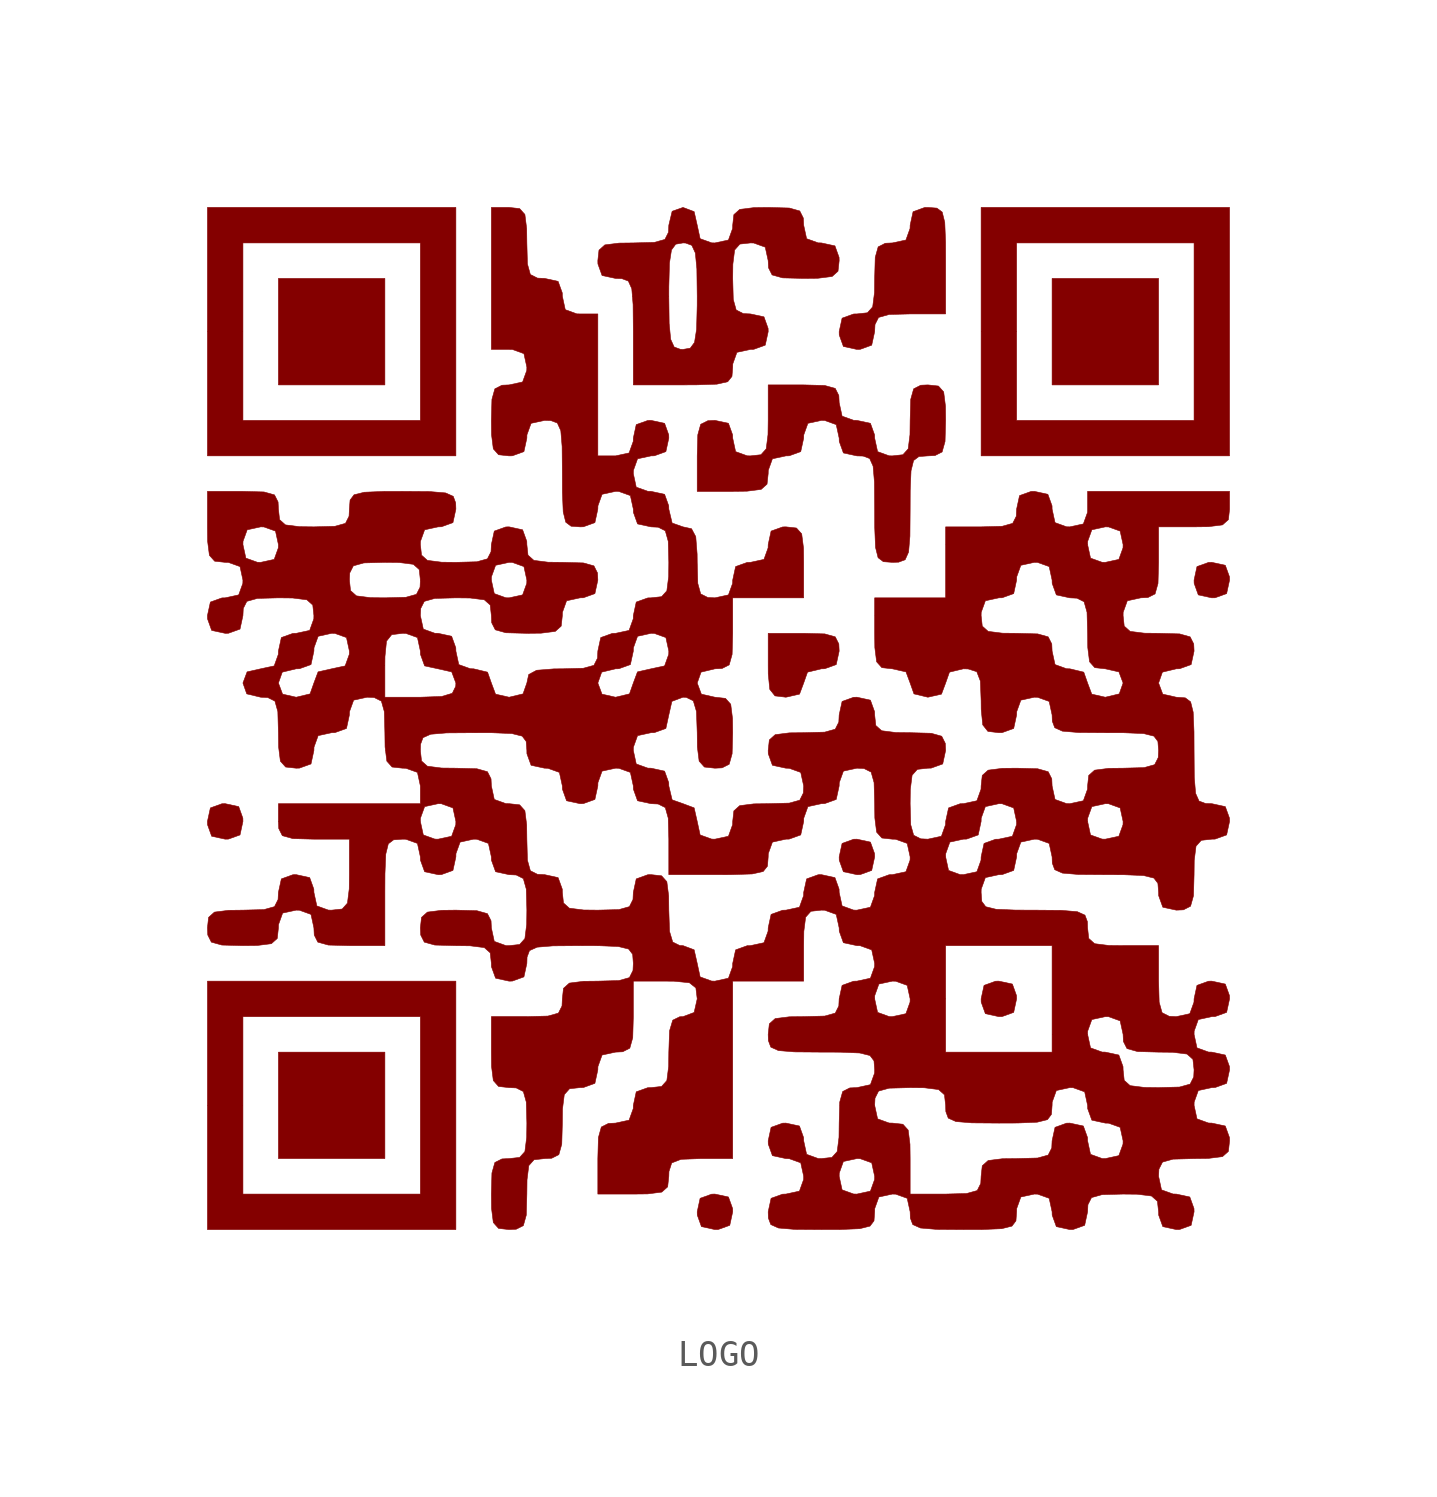
<source format=kicad_sym>
(kicad_symbol_lib
  (version 20220914)
  (generator "bitmap2component")
  (generator_version "9.0")
  (symbol "LOGO"
    (pin_names
      (offset 1.016))
    (property "Reference" "#G"
      (at 0 21.522 0)
      (effects (font (size 1.27 1.27)) hide))
    (symbol "LOGO_0_0"
      (polyline (pts (xy -9.457 -15.537) (xy -9.457 -10.809) (xy -14.186 -10.809) (xy -18.915 -10.809) (xy -18.915 -15.537) (xy -17.564 -15.537) (xy -17.564 -12.16) (xy -14.186 -12.16) (xy -10.809 -12.16) (xy -10.809 -15.537) (xy -10.809 -18.915) (xy -14.186 -18.915) (xy -17.564 -18.915) (xy -17.564 -15.537) (xy -18.915 -15.537) (xy -18.915 -20.266) (xy -14.186 -20.266) (xy -9.457 -20.266) (xy -9.457 -15.537)) (stroke (width 0.01) (type default)) (fill (type outline)))
      (polyline (pts (xy 18.094 -20.263) (xy 18.533 -20.105) (xy 18.645 -19.59) (xy 18.642 -19.466) (xy 18.483 -19.026) (xy 17.969 -18.915) (xy 17.845 -18.912) (xy 17.405 -18.754) (xy 17.294 -18.239) (xy 17.306 -17.968) (xy 17.443 -17.698) (xy 17.843 -17.586) (xy 18.645 -17.564) (xy 19.187 -17.557) (xy 19.728 -17.489) (xy 19.952 -17.289) (xy 19.996 -16.888) (xy 19.993 -16.764) (xy 19.834 -16.324) (xy 19.32 -16.213) (xy 19.196 -16.21) (xy 18.756 -16.051) (xy 18.645 -15.537) (xy 18.648 -15.413) (xy 18.806 -14.973) (xy 19.32 -14.862) (xy 19.445 -14.859) (xy 19.884 -14.7) (xy 19.996 -14.186) (xy 19.993 -14.062) (xy 19.834 -13.622) (xy 19.32 -13.511) (xy 19.196 -13.508) (xy 18.756 -13.349) (xy 18.645 -12.835) (xy 18.648 -12.711) (xy 18.806 -12.271) (xy 19.32 -12.16) (xy 19.445 -12.157) (xy 19.884 -11.998) (xy 19.996 -11.484) (xy 19.993 -11.36) (xy 19.834 -10.92) (xy 19.32 -10.809) (xy 19.196 -10.811) (xy 18.756 -10.97) (xy 18.645 -11.484) (xy 18.642 -11.608) (xy 18.483 -12.048) (xy 17.969 -12.16) (xy 17.698 -12.147) (xy 17.427 -12.01) (xy 17.316 -11.61) (xy 17.294 -10.809) (xy 17.294 -9.457) (xy 15.943 -9.457) (xy 15.4 -9.451) (xy 14.859 -9.383) (xy 14.635 -9.183) (xy 14.591 -8.782) (xy 14.584 -8.545) (xy 14.491 -8.296) (xy 14.2 -8.165) (xy 13.596 -8.115) (xy 12.565 -8.106) (xy 11.853 -8.104) (xy 11.107 -8.073) (xy 10.715 -7.976) (xy 10.563 -7.774) (xy 10.538 -7.431) (xy 10.541 -7.306) (xy 10.7 -6.867) (xy 11.214 -6.755) (xy 11.338 -6.753) (xy 11.778 -6.594) (xy 11.889 -6.08) (xy 11.892 -5.955) (xy 12.051 -5.516) (xy 12.565 -5.404) (xy 12.689 -5.407) (xy 13.129 -5.566) (xy 13.24 -6.08) (xy 13.248 -6.317) (xy 13.341 -6.566) (xy 13.632 -6.696) (xy 14.236 -6.747) (xy 15.267 -6.755) (xy 15.979 -6.758) (xy 16.725 -6.789) (xy 17.117 -6.886) (xy 17.268 -7.087) (xy 17.294 -7.431) (xy 17.297 -7.555) (xy 17.455 -7.995) (xy 17.969 -8.106) (xy 18.24 -8.094) (xy 18.511 -7.957) (xy 18.623 -7.557) (xy 18.645 -6.755) (xy 18.651 -6.213) (xy 18.719 -5.672) (xy 18.919 -5.448) (xy 19.32 -5.404) (xy 19.445 -5.401) (xy 19.884 -5.243) (xy 19.996 -4.729) (xy 19.993 -4.604) (xy 19.834 -4.165) (xy 19.32 -4.053) (xy 19.083 -4.046) (xy 18.834 -3.953) (xy 18.704 -3.662) (xy 18.653 -3.057) (xy 18.645 -2.027) (xy 18.642 -1.315) (xy 18.611 -0.569) (xy 18.514 -0.177) (xy 18.313 -0.025) (xy 17.969 0) (xy 17.452 0.117) (xy 17.294 0.54) (xy 17.439 0.954) (xy 17.969 1.081) (xy 18.094 1.084) (xy 18.533 1.242) (xy 18.645 1.756) (xy 18.632 2.027) (xy 18.495 2.298) (xy 18.095 2.41) (xy 17.294 2.432) (xy 16.751 2.438) (xy 16.21 2.506) (xy 15.986 2.707) (xy 15.943 3.107) (xy 15.945 3.232) (xy 16.104 3.671) (xy 16.618 3.783) (xy 16.889 3.796) (xy 17.16 3.932) (xy 17.272 4.332) (xy 17.294 5.134) (xy 17.294 6.485) (xy 18.645 6.485) (xy 19.187 6.492) (xy 19.728 6.56) (xy 19.952 6.76) (xy 19.996 7.161) (xy 19.996 7.836) (xy 17.294 7.836) (xy 14.591 7.836) (xy 14.591 7.161) (xy 14.589 7.036) (xy 14.43 6.597) (xy 13.916 6.485) (xy 13.791 6.488) (xy 13.352 6.646) (xy 13.24 7.161) (xy 13.238 7.285) (xy 13.079 7.725) (xy 12.565 7.836) (xy 12.44 7.833) (xy 12.001 7.675) (xy 11.889 7.161) (xy 11.877 6.889) (xy 11.74 6.619) (xy 11.34 6.507) (xy 10.538 6.485) (xy 9.187 6.485) (xy 9.187 5.81) (xy 14.591 5.81) (xy 14.594 5.934) (xy 14.753 6.373) (xy 15.267 6.485) (xy 15.392 6.482) (xy 15.831 6.324) (xy 15.943 5.81) (xy 15.94 5.685) (xy 15.781 5.246) (xy 15.267 5.134) (xy 15.143 5.137) (xy 14.703 5.295) (xy 14.591 5.81) (xy 9.187 5.81) (xy 9.187 5.134) (xy 9.187 3.783) (xy 7.836 3.783) (xy 6.485 3.783) (xy 6.485 3.107) (xy 10.538 3.107) (xy 10.541 3.232) (xy 10.7 3.671) (xy 11.214 3.783) (xy 11.338 3.786) (xy 11.778 3.944) (xy 11.889 4.458) (xy 11.892 4.583) (xy 12.051 5.022) (xy 12.565 5.134) (xy 12.689 5.131) (xy 13.129 4.973) (xy 13.24 4.458) (xy 13.243 4.334) (xy 13.402 3.895) (xy 13.916 3.783) (xy 14.187 3.77) (xy 14.458 3.634) (xy 14.57 3.234) (xy 14.591 2.432) (xy 14.598 1.89) (xy 14.666 1.348) (xy 14.866 1.125) (xy 15.267 1.081) (xy 15.784 0.964) (xy 15.943 0.54) (xy 15.797 0.127) (xy 15.267 0) (xy 14.75 0.117) (xy 14.591 0.54) (xy 14.446 0.954) (xy 13.916 1.081) (xy 13.791 1.084) (xy 13.352 1.242) (xy 13.24 1.756) (xy 13.228 2.027) (xy 13.091 2.298) (xy 12.691 2.41) (xy 11.889 2.432) (xy 11.347 2.438) (xy 10.806 2.506) (xy 10.582 2.707) (xy 10.538 3.107) (xy 6.485 3.107) (xy 6.485 2.432) (xy 6.492 1.89) (xy 6.56 1.348) (xy 6.76 1.125) (xy 7.161 1.081) (xy 7.678 0.964) (xy 7.836 0.54) (xy 7.982 0.127) (xy 8.512 0) (xy 9.029 0.117) (xy 9.187 0.54) (xy 9.333 0.954) (xy 9.863 1.081) (xy 10.045 1.076) (xy 10.373 0.971) (xy 10.51 0.615) (xy 10.538 -0.135) (xy 10.541 -0.463) (xy 10.6 -1.053) (xy 10.797 -1.301) (xy 11.214 -1.351) (xy 11.338 -1.348) (xy 11.778 -1.19) (xy 11.889 -0.675) (xy 11.892 -0.551) (xy 12.051 -0.112) (xy 12.565 0) (xy 12.689 -0.003) (xy 13.129 -0.161) (xy 13.24 -0.675) (xy 13.248 -0.913) (xy 13.341 -1.161) (xy 13.632 -1.292) (xy 14.236 -1.343) (xy 15.267 -1.351) (xy 15.979 -1.353) (xy 16.725 -1.384) (xy 17.117 -1.482) (xy 17.268 -1.683) (xy 17.294 -2.027) (xy 17.281 -2.298) (xy 17.144 -2.568) (xy 16.744 -2.68) (xy 15.943 -2.702) (xy 15.4 -2.708) (xy 14.859 -2.777) (xy 14.635 -2.977) (xy 14.591 -3.378) (xy 14.589 -3.502) (xy 14.43 -3.942) (xy 13.916 -4.053) (xy 13.791 -4.05) (xy 13.352 -3.892) (xy 13.24 -3.378) (xy 13.228 -3.107) (xy 13.091 -2.836) (xy 12.691 -2.724) (xy 11.889 -2.702) (xy 11.347 -2.708) (xy 10.806 -2.777) (xy 10.582 -2.977) (xy 10.538 -3.378) (xy 10.535 -3.502) (xy 10.377 -3.942) (xy 9.863 -4.053) (xy 9.738 -4.056) (xy 9.299 -4.215) (xy 9.187 -4.729) (xy 9.184 -4.853) (xy 9.026 -5.293) (xy 8.512 -5.404) (xy 8.241 -5.391) (xy 7.97 -5.255) (xy 7.858 -4.855) (xy 7.836 -4.053) (xy 7.843 -3.511) (xy 7.911 -2.97) (xy 8.111 -2.746) (xy 8.512 -2.702) (xy 8.636 -2.699) (xy 9.076 -2.541) (xy 9.187 -2.027) (xy 9.174 -1.756) (xy 9.038 -1.485) (xy 8.638 -1.373) (xy 7.836 -1.351) (xy 7.294 -1.345) (xy 6.752 -1.276) (xy 6.529 -1.077) (xy 6.485 -0.675) (xy 6.482 -0.551) (xy 6.324 -0.112) (xy 5.81 0) (xy 5.685 -0.003) (xy 5.246 -0.161) (xy 5.134 -0.675) (xy 5.121 -0.947) (xy 4.985 -1.217) (xy 4.585 -1.329) (xy 3.783 -1.351) (xy 3.241 -1.357) (xy 2.699 -1.426) (xy 2.476 -1.626) (xy 2.432 -2.027) (xy 2.435 -2.151) (xy 2.593 -2.591) (xy 3.107 -2.702) (xy 3.232 -2.705) (xy 3.671 -2.863) (xy 3.783 -3.378) (xy 3.77 -3.649) (xy 3.634 -3.92) (xy 3.234 -4.031) (xy 2.432 -4.053) (xy 1.89 -4.06) (xy 1.348 -4.128) (xy 1.125 -4.328) (xy 1.081 -4.729) (xy 1.078 -4.853) (xy 0.919 -5.293) (xy 0.405 -5.404) (xy 0.281 -5.401) (xy -0.159 -5.243) (xy -0.27 -4.729) (xy -0.387 -4.212) (xy -0.811 -4.053) (xy -1.224 -3.907) (xy -1.351 -3.378) (xy -1.354 -3.253) (xy -1.512 -2.814) (xy -2.027 -2.702) (xy -2.151 -2.699) (xy -2.591 -2.541) (xy -2.702 -2.027) (xy -2.699 -1.902) (xy -2.541 -1.463) (xy -2.027 -1.351) (xy -1.902 -1.348) (xy -1.463 -1.19) (xy -1.351 -0.675) (xy -1.234 -0.158) (xy -0.811 0) (xy -0.686 -0.006) (xy -0.419 -0.137) (xy -0.299 -0.541) (xy -0.27 -1.351) (xy -0.264 -1.893) (xy -0.196 -2.435) (xy 0.004 -2.658) (xy 0.405 -2.702) (xy 0.676 -2.689) (xy 0.947 -2.553) (xy 1.059 -2.153) (xy 1.081 -1.351) (xy 1.074 -0.809) (xy 1.006 -0.267) (xy 0.806 -0.044) (xy 0.405 0) (xy -0.112 0.117) (xy -0.27 0.54) (xy -0.124 0.954) (xy 0.405 1.081) (xy 0.676 1.094) (xy 0.947 1.23) (xy 1.059 1.63) (xy 1.081 2.432) (xy 1.081 3.783) (xy 2.432 3.783) (xy 3.783 3.783) (xy 3.783 5.134) (xy 3.777 5.676) (xy 3.708 6.218) (xy 3.508 6.441) (xy 3.107 6.485) (xy 2.983 6.482) (xy 2.543 6.324) (xy 2.432 5.81) (xy 2.429 5.685) (xy 2.271 5.246) (xy 1.756 5.134) (xy 1.632 5.131) (xy 1.192 4.973) (xy 1.081 4.458) (xy 1.078 4.334) (xy 0.919 3.895) (xy 0.405 3.783) (xy 0.134 3.796) (xy -0.137 3.932) (xy -0.248 4.332) (xy -0.27 5.134) (xy -0.273 5.447) (xy -0.325 6.112) (xy -0.486 6.414) (xy -0.811 6.485) (xy -1.224 6.631) (xy -1.351 7.161) (xy -1.354 7.285) (xy -1.512 7.725) (xy -2.027 7.836) (xy -2.151 7.839) (xy -2.591 7.997) (xy -2.702 8.512) (xy -2.699 8.636) (xy -2.541 9.076) (xy -2.027 9.187) (xy -1.902 9.19) (xy -1.463 9.349) (xy -1.351 9.863) (xy -1.354 9.987) (xy -1.512 10.427) (xy -2.027 10.538) (xy -2.151 10.535) (xy -2.591 10.377) (xy -2.702 9.863) (xy -2.705 9.738) (xy -2.864 9.299) (xy -3.378 9.187) (xy -4.053 9.187) (xy -4.053 11.889) (xy -4.053 14.591) (xy -4.729 14.591) (xy -4.853 14.594) (xy -5.293 14.753) (xy -5.404 15.267) (xy -5.407 15.392) (xy -5.566 15.831) (xy -6.08 15.943) (xy -6.351 15.955) (xy -6.622 16.092) (xy -6.733 16.492) (xy -6.755 17.294) (xy -6.762 17.836) (xy -6.83 18.377) (xy -7.03 18.601) (xy -7.431 18.645) (xy -8.106 18.645) (xy -8.106 15.943) (xy -8.106 13.24) (xy -7.431 13.24) (xy -7.306 13.238) (xy -6.867 13.079) (xy -6.755 12.565) (xy -6.758 12.44) (xy -6.917 12.001) (xy -7.431 11.889) (xy -7.702 11.877) (xy -7.973 11.74) (xy -8.085 11.34) (xy -8.106 10.538) (xy -8.1 9.996) (xy -8.032 9.455) (xy -7.832 9.231) (xy -7.431 9.187) (xy -7.306 9.19) (xy -6.867 9.349) (xy -6.755 9.863) (xy -6.753 9.987) (xy -6.594 10.427) (xy -6.08 10.538) (xy -5.843 10.531) (xy -5.594 10.438) (xy -5.463 10.147) (xy -5.413 9.543) (xy -5.404 8.512) (xy -5.402 7.8) (xy -5.371 7.054) (xy -5.274 6.662) (xy -5.072 6.51) (xy -4.729 6.485) (xy -4.604 6.488) (xy -4.165 6.646) (xy -4.053 7.161) (xy -4.05 7.285) (xy -3.892 7.725) (xy -3.378 7.836) (xy -3.253 7.833) (xy -2.814 7.675) (xy -2.702 7.161) (xy -2.699 7.036) (xy -2.541 6.597) (xy -2.027 6.485) (xy -1.756 6.472) (xy -1.485 6.336) (xy -1.373 5.936) (xy -1.351 5.134) (xy -1.357 4.592) (xy -1.426 4.05) (xy -1.626 3.827) (xy -2.027 3.783) (xy -2.151 3.78) (xy -2.591 3.622) (xy -2.702 3.107) (xy -2.705 2.983) (xy -2.864 2.543) (xy -3.378 2.432) (xy -3.502 2.429) (xy -3.942 2.271) (xy -4.053 1.756) (xy -4.066 1.485) (xy -4.202 1.214) (xy -4.602 1.103) (xy -5.404 1.081) (xy -5.717 1.079) (xy -6.382 1.026) (xy -6.684 0.865) (xy -6.755 0.54) (xy -4.053 0.54) (xy -3.907 0.954) (xy -3.378 1.081) (xy -3.253 1.084) (xy -2.814 1.242) (xy -2.702 1.756) (xy -2.699 1.881) (xy -2.541 2.32) (xy -2.027 2.432) (xy -1.902 2.429) (xy -1.463 2.271) (xy -1.351 1.756) (xy -1.354 1.632) (xy -1.512 1.192) (xy -2.027 1.081) (xy -2.544 0.964) (xy -2.702 0.54) (xy -2.848 0.127) (xy -3.378 0) (xy -3.895 0.117) (xy -4.053 0.54) (xy -6.755 0.54) (xy -6.901 0.127) (xy -7.431 0) (xy -7.948 0.117) (xy -8.106 0.54) (xy -8.252 0.954) (xy -8.782 1.081) (xy -8.906 1.084) (xy -9.346 1.242) (xy -9.457 1.756) (xy -9.46 1.881) (xy -9.619 2.32) (xy -10.133 2.432) (xy -10.258 2.435) (xy -10.697 2.593) (xy -10.809 3.107) (xy -10.796 3.379) (xy -10.659 3.649) (xy -10.259 3.761) (xy -9.457 3.783) (xy -8.915 3.777) (xy -8.374 3.708) (xy -8.15 3.508) (xy -8.106 3.107) (xy -8.094 2.836) (xy -7.957 2.566) (xy -7.557 2.454) (xy -6.755 2.432) (xy -6.213 2.438) (xy -5.672 2.506) (xy -5.448 2.707) (xy -5.404 3.107) (xy -5.401 3.232) (xy -5.243 3.671) (xy -4.729 3.783) (xy -4.604 3.786) (xy -4.165 3.944) (xy -4.053 4.458) (xy -4.066 4.73) (xy -4.202 5) (xy -4.602 5.112) (xy -5.404 5.134) (xy -5.947 5.14) (xy -6.488 5.209) (xy -6.712 5.409) (xy -6.755 5.81) (xy -6.758 5.934) (xy -6.917 6.373) (xy -7.431 6.485) (xy -7.555 6.482) (xy -7.995 6.324) (xy -8.106 5.81) (xy -8.119 5.538) (xy -8.256 5.268) (xy -8.656 5.156) (xy -9.457 5.134) (xy -10 5.14) (xy -10.541 5.209) (xy -10.765 5.409) (xy -10.809 5.81) (xy -10.806 5.934) (xy -10.647 6.373) (xy -10.133 6.485) (xy -10.008 6.488) (xy -9.569 6.646) (xy -9.457 7.161) (xy -9.465 7.398) (xy -9.557 7.647) (xy -9.849 7.777) (xy -10.453 7.828) (xy -11.484 7.836) (xy -12.196 7.834) (xy -12.942 7.803) (xy -13.334 7.706) (xy -13.485 7.504) (xy -13.511 7.161) (xy -13.524 6.889) (xy -13.66 6.619) (xy -14.06 6.507) (xy -14.862 6.485) (xy -15.404 6.492) (xy -15.945 6.56) (xy -16.169 6.76) (xy -16.213 7.161) (xy -16.226 7.432) (xy -16.362 7.702) (xy -16.762 7.814) (xy -17.564 7.836) (xy -18.915 7.836) (xy -18.915 6.485) (xy -18.909 5.943) (xy -18.892 5.81) (xy -17.564 5.81) (xy -17.561 5.934) (xy -17.402 6.373) (xy -16.888 6.485) (xy -16.764 6.482) (xy -16.324 6.324) (xy -16.213 5.81) (xy -16.216 5.685) (xy -16.374 5.246) (xy -16.888 5.134) (xy -17.013 5.137) (xy -17.452 5.295) (xy -17.564 5.81) (xy -18.892 5.81) (xy -18.84 5.401) (xy -18.64 5.178) (xy -18.239 5.134) (xy -18.115 5.131) (xy -17.675 4.973) (xy -17.564 4.458) (xy -13.511 4.458) (xy -13.498 4.73) (xy -13.361 5) (xy -12.961 5.112) (xy -12.16 5.134) (xy -11.617 5.128) (xy -11.076 5.059) (xy -10.852 4.859) (xy -10.809 4.458) (xy -8.106 4.458) (xy -8.104 4.583) (xy -7.945 5.022) (xy -7.431 5.134) (xy -7.306 5.131) (xy -6.867 4.973) (xy -6.755 4.458) (xy -6.758 4.334) (xy -6.917 3.895) (xy -7.431 3.783) (xy -7.555 3.786) (xy -7.995 3.944) (xy -8.106 4.458) (xy -10.809 4.458) (xy -10.821 4.187) (xy -10.958 3.917) (xy -11.358 3.805) (xy -12.16 3.783) (xy -12.702 3.789) (xy -13.243 3.858) (xy -13.467 4.058) (xy -13.511 4.458) (xy -17.564 4.458) (xy -17.567 4.334) (xy -17.725 3.895) (xy -18.239 3.783) (xy -18.364 3.78) (xy -18.803 3.622) (xy -18.915 3.107) (xy -18.912 2.983) (xy -18.754 2.543) (xy -18.239 2.432) (xy -18.115 2.435) (xy -17.675 2.593) (xy -17.564 3.107) (xy -17.551 3.379) (xy -17.415 3.649) (xy -17.015 3.761) (xy -16.213 3.783) (xy -15.671 3.777) (xy -15.129 3.708) (xy -14.905 3.508) (xy -14.862 3.107) (xy -14.865 2.983) (xy -15.023 2.543) (xy -15.537 2.432) (xy -15.662 2.429) (xy -16.101 2.271) (xy -16.213 1.756) (xy -16.216 1.632) (xy -16.374 1.192) (xy -16.888 1.081) (xy -17.405 0.964) (xy -17.564 0.54) (xy -16.213 0.54) (xy -16.067 0.954) (xy -15.537 1.081) (xy -15.413 1.084) (xy -14.973 1.242) (xy -14.862 1.756) (xy -14.859 1.881) (xy -14.7 2.32) (xy -14.186 2.432) (xy -14.062 2.429) (xy -13.622 2.271) (xy -13.511 1.756) (xy -13.514 1.632) (xy -13.664 1.216) (xy -12.16 1.216) (xy -12.157 1.544) (xy -12.098 2.134) (xy -11.901 2.381) (xy -11.484 2.432) (xy -11.36 2.429) (xy -10.92 2.271) (xy -10.809 1.756) (xy -10.806 1.632) (xy -10.647 1.192) (xy -10.133 1.081) (xy -9.616 0.964) (xy -9.457 0.54) (xy -9.463 0.415) (xy -9.594 0.149) (xy -9.998 0.029) (xy -10.809 0) (xy -12.16 0) (xy -12.16 1.216) (xy -13.664 1.216) (xy -13.672 1.192) (xy -14.186 1.081) (xy -14.703 0.964) (xy -14.862 0.54) (xy -15.008 0.127) (xy -15.537 0) (xy -16.055 0.117) (xy -16.213 0.54) (xy -17.564 0.54) (xy -17.418 0.127) (xy -16.888 0) (xy -16.617 -0.013) (xy -16.346 -0.149) (xy -16.235 -0.549) (xy -16.213 -1.351) (xy -16.206 -1.893) (xy -16.138 -2.435) (xy -15.938 -2.658) (xy -15.537 -2.702) (xy -15.413 -2.699) (xy -14.973 -2.541) (xy -14.862 -2.027) (xy -14.859 -1.902) (xy -14.7 -1.463) (xy -14.186 -1.351) (xy -14.062 -1.348) (xy -13.622 -1.19) (xy -13.511 -0.675) (xy -13.508 -0.551) (xy -13.349 -0.112) (xy -12.835 0) (xy -12.564 -0.013) (xy -12.293 -0.149) (xy -12.181 -0.549) (xy -12.16 -1.351) (xy -12.153 -1.893) (xy -12.136 -2.027) (xy -10.809 -2.027) (xy -10.801 -1.789) (xy -10.709 -1.541) (xy -10.417 -1.41) (xy -9.813 -1.359) (xy -8.782 -1.351) (xy -8.07 -1.353) (xy -7.324 -1.384) (xy -6.932 -1.482) (xy -6.781 -1.683) (xy -6.755 -2.027) (xy -6.753 -2.151) (xy -6.594 -2.591) (xy -6.08 -2.702) (xy -5.955 -2.705) (xy -5.516 -2.863) (xy -5.404 -3.378) (xy -5.401 -3.502) (xy -5.243 -3.942) (xy -4.729 -4.053) (xy -4.604 -4.05) (xy -4.165 -3.892) (xy -4.053 -3.378) (xy -4.05 -3.253) (xy -3.892 -2.814) (xy -3.378 -2.702) (xy -3.253 -2.705) (xy -2.814 -2.863) (xy -2.702 -3.378) (xy -2.699 -3.502) (xy -2.541 -3.942) (xy -2.027 -4.053) (xy -1.756 -4.066) (xy -1.485 -4.202) (xy -1.373 -4.602) (xy -1.351 -5.404) (xy -1.351 -6.755) (xy 0.54 -6.755) (xy 1.045 -6.754) (xy 1.828 -6.728) (xy 2.242 -6.635) (xy 2.404 -6.433) (xy 2.432 -6.08) (xy 2.435 -5.955) (xy 2.593 -5.516) (xy 3.107 -5.404) (xy 3.232 -5.401) (xy 3.671 -5.243) (xy 3.783 -4.729) (xy 3.786 -4.604) (xy 3.944 -4.165) (xy 4.458 -4.053) (xy 4.583 -4.05) (xy 5.022 -3.892) (xy 5.134 -3.378) (xy 5.137 -3.253) (xy 5.295 -2.814) (xy 5.81 -2.702) (xy 6.081 -2.715) (xy 6.351 -2.851) (xy 6.463 -3.251) (xy 6.485 -4.053) (xy 6.492 -4.595) (xy 6.56 -5.137) (xy 6.76 -5.36) (xy 7.161 -5.404) (xy 7.285 -5.407) (xy 7.724 -5.566) (xy 7.836 -6.08) (xy 9.187 -6.08) (xy 9.19 -5.955) (xy 9.348 -5.516) (xy 9.863 -5.404) (xy 9.987 -5.401) (xy 10.427 -5.243) (xy 10.538 -4.729) (xy 10.541 -4.604) (xy 10.7 -4.165) (xy 11.214 -4.053) (xy 11.338 -4.056) (xy 11.778 -4.215) (xy 11.889 -4.729) (xy 14.591 -4.729) (xy 14.594 -4.604) (xy 14.753 -4.165) (xy 15.267 -4.053) (xy 15.392 -4.056) (xy 15.831 -4.215) (xy 15.943 -4.729) (xy 15.94 -4.853) (xy 15.781 -5.293) (xy 15.267 -5.404) (xy 15.143 -5.401) (xy 14.703 -5.243) (xy 14.591 -4.729) (xy 11.889 -4.729) (xy 11.886 -4.853) (xy 11.728 -5.293) (xy 11.214 -5.404) (xy 11.089 -5.407) (xy 10.65 -5.566) (xy 10.538 -6.08) (xy 10.535 -6.204) (xy 10.377 -6.644) (xy 9.863 -6.755) (xy 9.738 -6.753) (xy 9.299 -6.594) (xy 9.187 -6.08) (xy 7.836 -6.08) (xy 7.833 -6.204) (xy 7.675 -6.644) (xy 7.161 -6.755) (xy 7.036 -6.758) (xy 6.597 -6.917) (xy 6.485 -7.431) (xy 6.482 -7.555) (xy 6.324 -7.995) (xy 5.81 -8.106) (xy 5.685 -8.104) (xy 5.246 -7.945) (xy 5.134 -7.431) (xy 5.131 -7.306) (xy 4.973 -6.867) (xy 4.458 -6.755) (xy 4.334 -6.758) (xy 3.895 -6.917) (xy 3.783 -7.431) (xy 3.78 -7.555) (xy 3.622 -7.995) (xy 3.107 -8.106) (xy 2.983 -8.109) (xy 2.543 -8.268) (xy 2.432 -8.782) (xy 2.429 -8.906) (xy 2.271 -9.346) (xy 1.756 -9.457) (xy 1.632 -9.46) (xy 1.192 -9.619) (xy 1.081 -10.133) (xy 1.078 -10.258) (xy 0.919 -10.697) (xy 0.405 -10.809) (xy 0.281 -10.806) (xy -0.159 -10.647) (xy -0.27 -10.133) (xy -0.387 -9.616) (xy -0.811 -9.457) (xy -0.936 -9.452) (xy -1.202 -9.321) (xy -1.323 -8.917) (xy -1.351 -8.106) (xy -1.357 -7.564) (xy -1.426 -7.023) (xy -1.626 -6.799) (xy -2.027 -6.755) (xy -2.151 -6.758) (xy -2.591 -6.917) (xy -2.702 -7.431) (xy -2.715 -7.702) (xy -2.851 -7.973) (xy -3.251 -8.085) (xy -4.053 -8.106) (xy -4.595 -8.1) (xy -5.137 -8.032) (xy -5.361 -7.832) (xy -5.404 -7.431) (xy -5.407 -7.306) (xy -5.566 -6.867) (xy -6.08 -6.755) (xy -6.351 -6.742) (xy -6.622 -6.606) (xy -6.733 -6.206) (xy -6.755 -5.404) (xy -6.762 -4.862) (xy -6.83 -4.321) (xy -7.03 -4.097) (xy -7.431 -4.053) (xy -7.555 -4.05) (xy -7.995 -3.892) (xy -8.106 -3.378) (xy -8.119 -3.107) (xy -8.256 -2.836) (xy -8.656 -2.724) (xy -9.457 -2.702) (xy -10 -2.696) (xy -10.541 -2.627) (xy -10.765 -2.428) (xy -10.809 -2.027) (xy -12.136 -2.027) (xy -12.085 -2.435) (xy -11.885 -2.658) (xy -11.484 -2.702) (xy -11.36 -2.705) (xy -10.92 -2.863) (xy -10.809 -3.378) (xy -10.809 -4.053) (xy -13.511 -4.053) (xy -16.213 -4.053) (xy -16.213 -4.729) (xy -10.809 -4.729) (xy -10.806 -4.604) (xy -10.647 -4.165) (xy -10.133 -4.053) (xy -10.008 -4.056) (xy -9.569 -4.215) (xy -9.457 -4.729) (xy -9.46 -4.853) (xy -9.619 -5.293) (xy -10.133 -5.404) (xy -10.258 -5.401) (xy -10.697 -5.243) (xy -10.809 -4.729) (xy -16.213 -4.729) (xy -16.2 -5) (xy -16.064 -5.271) (xy -15.664 -5.382) (xy -14.862 -5.404) (xy -13.511 -5.404) (xy -13.511 -6.755) (xy -13.517 -7.298) (xy -13.585 -7.839) (xy -13.785 -8.063) (xy -14.186 -8.106) (xy -14.311 -8.104) (xy -14.75 -7.945) (xy -14.862 -7.431) (xy -14.865 -7.306) (xy -15.023 -6.867) (xy -15.537 -6.755) (xy -15.662 -6.758) (xy -16.101 -6.917) (xy -16.213 -7.431) (xy -16.226 -7.702) (xy -16.362 -7.973) (xy -16.762 -8.085) (xy -17.564 -8.106) (xy -18.106 -8.113) (xy -18.648 -8.181) (xy -18.871 -8.381) (xy -18.915 -8.782) (xy -18.902 -9.053) (xy -18.766 -9.324) (xy -18.366 -9.435) (xy -17.564 -9.457) (xy -17.022 -9.451) (xy -16.48 -9.383) (xy -16.257 -9.183) (xy -16.213 -8.782) (xy -16.21 -8.657) (xy -16.052 -8.218) (xy -15.537 -8.106) (xy -15.413 -8.109) (xy -14.973 -8.268) (xy -14.862 -8.782) (xy -14.849 -9.053) (xy -14.713 -9.324) (xy -14.312 -9.435) (xy -13.511 -9.457) (xy -12.16 -9.457) (xy -12.16 -7.431) (xy -12.157 -6.719) (xy -12.126 -5.973) (xy -12.029 -5.581) (xy -11.828 -5.429) (xy -11.484 -5.404) (xy -11.36 -5.407) (xy -10.92 -5.566) (xy -10.809 -6.08) (xy -10.806 -6.204) (xy -10.647 -6.644) (xy -10.133 -6.755) (xy -10.008 -6.753) (xy -9.569 -6.594) (xy -9.457 -6.08) (xy -9.455 -5.955) (xy -9.296 -5.516) (xy -8.782 -5.404) (xy -8.657 -5.407) (xy -8.218 -5.566) (xy -8.106 -6.08) (xy -8.104 -6.204) (xy -7.945 -6.644) (xy -7.431 -6.755) (xy -7.16 -6.768) (xy -6.889 -6.904) (xy -6.777 -7.304) (xy -6.755 -8.106) (xy -6.762 -8.649) (xy -6.83 -9.19) (xy -7.03 -9.414) (xy -7.431 -9.457) (xy -7.555 -9.455) (xy -7.995 -9.296) (xy -8.106 -8.782) (xy -8.119 -8.511) (xy -8.256 -8.24) (xy -8.656 -8.128) (xy -9.457 -8.106) (xy -10 -8.113) (xy -10.541 -8.181) (xy -10.765 -8.381) (xy -10.809 -8.782) (xy -10.796 -9.053) (xy -10.659 -9.324) (xy -10.259 -9.435) (xy -9.457 -9.457) (xy -8.915 -9.464) (xy -8.374 -9.532) (xy -8.15 -9.732) (xy -8.106 -10.133) (xy -8.104 -10.258) (xy -7.945 -10.697) (xy -7.431 -10.809) (xy -7.306 -10.806) (xy -6.867 -10.647) (xy -6.755 -10.133) (xy -6.748 -9.896) (xy -6.655 -9.647) (xy -6.364 -9.516) (xy -5.76 -9.466) (xy -4.729 -9.457) (xy -4.017 -9.46) (xy -3.271 -9.491) (xy -2.879 -9.588) (xy -2.727 -9.789) (xy -2.702 -10.133) (xy -2.715 -10.404) (xy -2.851 -10.675) (xy -3.251 -10.787) (xy -4.053 -10.809) (xy -4.595 -10.815) (xy -5.137 -10.883) (xy -5.361 -11.083) (xy -5.404 -11.484) (xy -5.417 -11.755) (xy -5.553 -12.026) (xy -5.954 -12.138) (xy -6.755 -12.16) (xy -8.106 -12.16) (xy -8.106 -13.511) (xy -8.1 -14.053) (xy -8.032 -14.594) (xy -7.832 -14.818) (xy -7.431 -14.862) (xy -7.16 -14.874) (xy -6.889 -15.011) (xy -6.777 -15.411) (xy -6.755 -16.213) (xy -6.762 -16.755) (xy -6.83 -17.297) (xy -7.03 -17.52) (xy -7.431 -17.564) (xy -7.702 -17.577) (xy -7.973 -17.713) (xy -8.085 -18.113) (xy -8.106 -18.915) (xy -8.1 -19.457) (xy -8.032 -19.999) (xy -7.832 -20.222) (xy -7.431 -20.266) (xy -7.16 -20.253) (xy -6.889 -20.117) (xy -6.777 -19.717) (xy -6.755 -18.915) (xy -6.749 -18.373) (xy -6.681 -17.831) (xy -6.481 -17.608) (xy -6.08 -17.564) (xy -5.809 -17.551) (xy -5.538 -17.415) (xy -5.426 -17.015) (xy -5.404 -16.213) (xy -5.398 -15.671) (xy -5.33 -15.129) (xy -5.13 -14.905) (xy -4.729 -14.862) (xy -4.604 -14.859) (xy -4.165 -14.7) (xy -4.053 -14.186) (xy -4.05 -14.062) (xy -3.892 -13.622) (xy -3.378 -13.511) (xy -3.107 -13.498) (xy -2.836 -13.361) (xy -2.724 -12.961) (xy -2.702 -12.16) (xy -2.702 -10.809) (xy -1.486 -10.809) (xy -1.158 -10.811) (xy -0.568 -10.87) (xy -0.321 -11.067) (xy -0.27 -11.484) (xy -0.387 -12.001) (xy -0.811 -12.16) (xy -0.936 -12.165) (xy -1.202 -12.296) (xy -1.323 -12.7) (xy -1.351 -13.511) (xy -1.357 -14.053) (xy -1.426 -14.594) (xy -1.626 -14.818) (xy -2.027 -14.862) (xy -2.151 -14.865) (xy -2.591 -15.023) (xy -2.702 -15.537) (xy -2.705 -15.662) (xy -2.864 -16.101) (xy -3.378 -16.213) (xy -3.649 -16.226) (xy -3.92 -16.362) (xy -4.031 -16.762) (xy -4.053 -17.564) (xy -4.053 -18.915) (xy -2.702 -18.915) (xy -2.16 -18.909) (xy -1.618 -18.84) (xy -1.395 -18.64) (xy -1.351 -18.239) (xy -1.346 -18.057) (xy -1.241 -17.73) (xy -0.885 -17.592) (xy -0.135 -17.564) (xy 1.081 -17.564) (xy 1.081 -14.186) (xy 1.081 -10.809) (xy 2.432 -10.809) (xy 3.783 -10.809) (xy 3.783 -9.457) (xy 3.789 -8.915) (xy 3.858 -8.374) (xy 4.058 -8.15) (xy 4.458 -8.106) (xy 4.583 -8.109) (xy 5.022 -8.268) (xy 5.134 -8.782) (xy 5.137 -8.906) (xy 5.295 -9.346) (xy 5.81 -9.457) (xy 5.934 -9.46) (xy 6.373 -9.619) (xy 6.485 -10.133) (xy 6.482 -10.258) (xy 6.324 -10.697) (xy 5.81 -10.809) (xy 5.685 -10.811) (xy 5.246 -10.97) (xy 5.134 -11.484) (xy 6.485 -11.484) (xy 6.488 -11.36) (xy 6.646 -10.92) (xy 7.161 -10.809) (xy 7.285 -10.811) (xy 7.724 -10.97) (xy 7.836 -11.484) (xy 9.187 -11.484) (xy 9.187 -9.457) (xy 11.214 -9.457) (xy 13.24 -9.457) (xy 13.24 -11.484) (xy 13.24 -12.835) (xy 14.591 -12.835) (xy 14.594 -12.711) (xy 14.753 -12.271) (xy 15.267 -12.16) (xy 15.392 -12.162) (xy 15.831 -12.321) (xy 15.943 -12.835) (xy 15.955 -13.106) (xy 16.092 -13.377) (xy 16.492 -13.489) (xy 17.294 -13.511) (xy 17.836 -13.517) (xy 18.377 -13.585) (xy 18.601 -13.785) (xy 18.645 -14.186) (xy 18.632 -14.457) (xy 18.495 -14.728) (xy 18.095 -14.84) (xy 17.294 -14.862) (xy 16.751 -14.855) (xy 16.21 -14.787) (xy 15.986 -14.587) (xy 15.943 -14.186) (xy 15.94 -14.062) (xy 15.781 -13.622) (xy 15.267 -13.511) (xy 15.143 -13.508) (xy 14.703 -13.349) (xy 14.591 -12.835) (xy 13.24 -12.835) (xy 13.24 -13.511) (xy 11.214 -13.511) (xy 9.187 -13.511) (xy 9.187 -11.484) (xy 7.836 -11.484) (xy 7.833 -11.608) (xy 7.675 -12.048) (xy 7.161 -12.16) (xy 7.036 -12.157) (xy 6.597 -11.998) (xy 6.485 -11.484) (xy 5.134 -11.484) (xy 5.121 -11.755) (xy 4.985 -12.026) (xy 4.585 -12.138) (xy 3.783 -12.16) (xy 3.241 -12.166) (xy 2.699 -12.234) (xy 2.476 -12.434) (xy 2.432 -12.835) (xy 2.439 -13.072) (xy 2.532 -13.321) (xy 2.823 -13.452) (xy 3.428 -13.502) (xy 4.458 -13.511) (xy 5.17 -13.513) (xy 5.916 -13.544) (xy 6.308 -13.641) (xy 6.46 -13.843) (xy 6.485 -14.186) (xy 6.482 -14.311) (xy 6.324 -14.75) (xy 5.81 -14.862) (xy 5.538 -14.874) (xy 5.268 -15.011) (xy 5.156 -15.411) (xy 5.152 -15.537) (xy 6.485 -15.537) (xy 6.498 -15.266) (xy 6.634 -14.995) (xy 7.034 -14.884) (xy 7.836 -14.862) (xy 8.378 -14.868) (xy 8.92 -14.936) (xy 9.143 -15.136) (xy 9.187 -15.537) (xy 9.195 -15.774) (xy 9.287 -16.023) (xy 9.579 -16.154) (xy 10.183 -16.204) (xy 11.214 -16.213) (xy 11.926 -16.21) (xy 12.672 -16.179) (xy 13.063 -16.082) (xy 13.215 -15.881) (xy 13.24 -15.537) (xy 13.243 -15.413) (xy 13.402 -14.973) (xy 13.916 -14.862) (xy 14.04 -14.865) (xy 14.48 -15.023) (xy 14.591 -15.537) (xy 14.594 -15.662) (xy 14.753 -16.101) (xy 15.267 -16.213) (xy 15.392 -16.216) (xy 15.831 -16.374) (xy 15.943 -16.888) (xy 15.94 -17.013) (xy 15.781 -17.452) (xy 15.267 -17.564) (xy 15.143 -17.561) (xy 14.703 -17.402) (xy 14.591 -16.888) (xy 14.589 -16.764) (xy 14.43 -16.324) (xy 13.916 -16.213) (xy 13.791 -16.216) (xy 13.352 -16.374) (xy 13.24 -16.888) (xy 13.228 -17.159) (xy 13.091 -17.43) (xy 12.691 -17.542) (xy 11.889 -17.564) (xy 11.347 -17.57) (xy 10.806 -17.638) (xy 10.582 -17.838) (xy 10.538 -18.239) (xy 10.525 -18.511) (xy 10.389 -18.781) (xy 9.989 -18.893) (xy 9.187 -18.915) (xy 7.836 -18.915) (xy 7.836 -17.564) (xy 7.83 -17.022) (xy 7.762 -16.48) (xy 7.561 -16.257) (xy 7.161 -16.213) (xy 7.036 -16.21) (xy 6.597 -16.051) (xy 6.485 -15.537) (xy 5.152 -15.537) (xy 5.134 -16.213) (xy 5.128 -16.755) (xy 5.059 -17.297) (xy 4.859 -17.52) (xy 4.458 -17.564) (xy 4.334 -17.561) (xy 3.895 -17.402) (xy 3.783 -16.888) (xy 3.78 -16.764) (xy 3.622 -16.324) (xy 3.107 -16.213) (xy 2.983 -16.216) (xy 2.543 -16.374) (xy 2.432 -16.888) (xy 2.435 -17.013) (xy 2.593 -17.452) (xy 3.107 -17.564) (xy 3.232 -17.567) (xy 3.671 -17.725) (xy 3.783 -18.239) (xy 5.134 -18.239) (xy 5.137 -18.115) (xy 5.295 -17.675) (xy 5.81 -17.564) (xy 5.934 -17.567) (xy 6.373 -17.725) (xy 6.485 -18.239) (xy 6.482 -18.364) (xy 6.324 -18.803) (xy 5.81 -18.915) (xy 5.685 -18.912) (xy 5.246 -18.754) (xy 5.134 -18.239) (xy 3.783 -18.239) (xy 3.78 -18.364) (xy 3.622 -18.803) (xy 3.107 -18.915) (xy 2.983 -18.918) (xy 2.543 -19.076) (xy 2.432 -19.59) (xy 2.439 -19.828) (xy 2.532 -20.076) (xy 2.823 -20.207) (xy 3.428 -20.258) (xy 4.458 -20.266) (xy 5.17 -20.264) (xy 5.916 -20.233) (xy 6.308 -20.135) (xy 6.46 -19.934) (xy 6.485 -19.59) (xy 6.488 -19.466) (xy 6.646 -19.026) (xy 7.161 -18.915) (xy 7.285 -18.918) (xy 7.724 -19.076) (xy 7.836 -19.59) (xy 7.844 -19.828) (xy 7.936 -20.076) (xy 8.228 -20.207) (xy 8.832 -20.258) (xy 9.863 -20.266) (xy 10.575 -20.264) (xy 11.32 -20.233) (xy 11.712 -20.135) (xy 11.864 -19.934) (xy 11.889 -19.59) (xy 11.892 -19.466) (xy 12.051 -19.026) (xy 12.565 -18.915) (xy 12.689 -18.918) (xy 13.129 -19.076) (xy 13.24 -19.59) (xy 13.243 -19.715) (xy 13.402 -20.154) (xy 13.916 -20.266) (xy 14.04 -20.263) (xy 14.48 -20.105) (xy 14.591 -19.59) (xy 14.604 -19.319) (xy 14.741 -19.049) (xy 15.141 -18.937) (xy 15.943 -18.915) (xy 16.485 -18.921) (xy 17.026 -18.989) (xy 17.25 -19.189) (xy 17.294 -19.59) (xy 17.297 -19.715) (xy 17.455 -20.154) (xy 17.969 -20.266) (xy 18.094 -20.263)) (stroke (width 0.01) (type default)) (fill (type outline)))
      (polyline (pts (xy 0.53 -20.263) (xy 0.969 -20.105) (xy 1.081 -19.59) (xy 1.078 -19.466) (xy 0.919 -19.026) (xy 0.405 -18.915) (xy 0.281 -18.918) (xy -0.159 -19.076) (xy -0.27 -19.59) (xy -0.267 -19.715) (xy -0.109 -20.154) (xy 0.405 -20.266) (xy 0.53 -20.263)) (stroke (width 0.01) (type default)) (fill (type outline)))
      (polyline (pts (xy -18.115 -5.401) (xy -17.675 -5.243) (xy -17.564 -4.729) (xy -17.567 -4.604) (xy -17.725 -4.165) (xy -18.239 -4.053) (xy -18.364 -4.056) (xy -18.803 -4.215) (xy -18.915 -4.729) (xy -18.912 -4.853) (xy -18.754 -5.293) (xy -18.239 -5.404) (xy -18.115 -5.401)) (stroke (width 0.01) (type default)) (fill (type outline)))
      (polyline (pts (xy 3.625 0.117) (xy 3.783 0.54) (xy 3.929 0.954) (xy 4.458 1.081) (xy 4.583 1.084) (xy 5.022 1.242) (xy 5.134 1.756) (xy 5.121 2.027) (xy 4.985 2.298) (xy 4.585 2.41) (xy 3.783 2.432) (xy 2.432 2.432) (xy 2.432 1.216) (xy 2.434 0.888) (xy 2.493 0.298) (xy 2.691 0.05) (xy 3.107 0) (xy 3.625 0.117)) (stroke (width 0.01) (type default)) (fill (type outline)))
      (polyline (pts (xy 19.445 3.786) (xy 19.884 3.944) (xy 19.996 4.458) (xy 19.993 4.583) (xy 19.834 5.022) (xy 19.32 5.134) (xy 19.196 5.131) (xy 18.756 4.973) (xy 18.645 4.458) (xy 18.648 4.334) (xy 18.806 3.895) (xy 19.32 3.783) (xy 19.445 3.786)) (stroke (width 0.01) (type default)) (fill (type outline)))
      (polyline (pts (xy 7.398 5.141) (xy 7.646 5.234) (xy 7.777 5.526) (xy 7.828 6.13) (xy 7.836 7.161) (xy 7.839 7.872) (xy 7.87 8.618) (xy 7.967 9.01) (xy 8.168 9.162) (xy 8.512 9.187) (xy 8.783 9.2) (xy 9.053 9.336) (xy 9.165 9.736) (xy 9.187 10.538) (xy 9.181 11.081) (xy 9.113 11.622) (xy 8.913 11.846) (xy 8.512 11.889) (xy 8.241 11.877) (xy 7.97 11.74) (xy 7.858 11.34) (xy 7.836 10.538) (xy 7.83 9.996) (xy 7.762 9.455) (xy 7.561 9.231) (xy 7.161 9.187) (xy 7.036 9.19) (xy 6.597 9.349) (xy 6.485 9.863) (xy 6.482 9.987) (xy 6.324 10.427) (xy 5.81 10.538) (xy 5.685 10.541) (xy 5.246 10.7) (xy 5.134 11.214) (xy 5.121 11.485) (xy 4.985 11.756) (xy 4.585 11.867) (xy 3.783 11.889) (xy 2.432 11.889) (xy 2.432 10.538) (xy 2.425 9.996) (xy 2.357 9.455) (xy 2.157 9.231) (xy 1.756 9.187) (xy 1.632 9.19) (xy 1.192 9.349) (xy 1.081 9.863) (xy 1.078 9.987) (xy 0.919 10.427) (xy 0.405 10.538) (xy 0.134 10.525) (xy -0.137 10.389) (xy -0.248 9.989) (xy -0.27 9.187) (xy -0.27 7.836) (xy 1.081 7.836) (xy 1.623 7.843) (xy 2.164 7.911) (xy 2.388 8.111) (xy 2.432 8.512) (xy 2.435 8.636) (xy 2.593 9.076) (xy 3.107 9.187) (xy 3.232 9.19) (xy 3.671 9.349) (xy 3.783 9.863) (xy 3.786 9.987) (xy 3.944 10.427) (xy 4.458 10.538) (xy 4.583 10.535) (xy 5.022 10.377) (xy 5.134 9.863) (xy 5.137 9.738) (xy 5.295 9.299) (xy 5.81 9.187) (xy 6.047 9.18) (xy 6.295 9.087) (xy 6.426 8.796) (xy 6.477 8.191) (xy 6.485 7.161) (xy 6.488 6.449) (xy 6.518 5.703) (xy 6.616 5.311) (xy 6.817 5.159) (xy 7.161 5.134) (xy 7.398 5.141)) (stroke (width 0.01) (type default)) (fill (type outline)))
      (polyline (pts (xy -9.457 13.916) (xy -9.457 18.645) (xy -14.186 18.645) (xy -18.915 18.645) (xy -18.915 13.916) (xy -17.564 13.916) (xy -17.564 17.294) (xy -14.186 17.294) (xy -10.809 17.294) (xy -10.809 13.916) (xy -10.809 10.538) (xy -14.186 10.538) (xy -17.564 10.538) (xy -17.564 13.916) (xy -18.915 13.916) (xy -18.915 9.187) (xy -14.186 9.187) (xy -9.457 9.187) (xy -9.457 13.916)) (stroke (width 0.01) (type default)) (fill (type outline)))
      (polyline (pts (xy 19.996 13.916) (xy 19.996 18.645) (xy 15.267 18.645) (xy 10.538 18.645) (xy 10.538 13.916) (xy 11.889 13.916) (xy 11.889 17.294) (xy 15.267 17.294) (xy 18.645 17.294) (xy 18.645 13.916) (xy 18.645 10.538) (xy 15.267 10.538) (xy 11.889 10.538) (xy 11.889 13.916) (xy 10.538 13.916) (xy 10.538 9.187) (xy 15.267 9.187) (xy 19.996 9.187) (xy 19.996 13.916)) (stroke (width 0.01) (type default)) (fill (type outline)))
      (polyline (pts (xy -0.306 11.891) (xy 0.477 11.917) (xy 0.891 12.01) (xy 1.053 12.212) (xy 1.081 12.565) (xy 1.084 12.689) (xy 1.242 13.129) (xy 1.756 13.24) (xy 1.881 13.243) (xy 2.32 13.402) (xy 2.432 13.916) (xy 2.429 14.04) (xy 2.271 14.48) (xy 1.756 14.591) (xy 1.485 14.604) (xy 1.214 14.741) (xy 1.103 15.141) (xy 1.081 15.943) (xy 1.087 16.485) (xy 1.155 17.026) (xy 1.355 17.25) (xy 1.756 17.294) (xy 1.881 17.291) (xy 2.32 17.132) (xy 2.432 16.618) (xy 2.445 16.347) (xy 2.581 16.076) (xy 2.981 15.964) (xy 3.783 15.943) (xy 4.325 15.949) (xy 4.867 16.017) (xy 5.09 16.217) (xy 5.134 16.618) (xy 5.131 16.743) (xy 4.973 17.182) (xy 4.458 17.294) (xy 4.334 17.297) (xy 3.895 17.455) (xy 3.783 17.969) (xy 3.77 18.24) (xy 3.634 18.511) (xy 3.234 18.623) (xy 2.432 18.645) (xy 1.89 18.638) (xy 1.348 18.57) (xy 1.125 18.37) (xy 1.081 17.969) (xy 1.078 17.845) (xy 0.919 17.405) (xy 0.405 17.294) (xy 0.281 17.297) (xy -0.159 17.455) (xy -0.27 17.969) (xy -0.387 18.486) (xy -0.811 18.645) (xy -1.224 18.499) (xy -1.351 17.969) (xy -1.364 17.698) (xy -1.5 17.427) (xy -1.9 17.316) (xy -2.702 17.294) (xy -3.244 17.287) (xy -3.786 17.219) (xy -4.009 17.019) (xy -4.053 16.618) (xy -4.05 16.494) (xy -3.892 16.054) (xy -3.378 15.943) (xy -3.14 15.935) (xy -2.892 15.842) (xy -2.761 15.551) (xy -2.737 15.267) (xy -1.351 15.267) (xy -1.35 15.632) (xy -1.327 16.527) (xy -1.249 17.027) (xy -1.087 17.246) (xy -0.811 17.294) (xy -0.713 17.29) (xy -0.475 17.203) (xy -0.341 16.911) (xy -0.283 16.303) (xy -0.27 15.267) (xy -0.271 14.902) (xy -0.294 14.007) (xy -0.372 13.507) (xy -0.534 13.288) (xy -0.811 13.24) (xy -0.908 13.244) (xy -1.147 13.331) (xy -1.28 13.623) (xy -1.338 14.231) (xy -1.351 15.267) (xy -2.737 15.267) (xy -2.711 14.947) (xy -2.702 13.916) (xy -2.702 11.889) (xy -0.811 11.889) (xy -0.306 11.891)) (stroke (width 0.01) (type default)) (fill (type outline)))
      (polyline (pts (xy 5.934 13.243) (xy 6.373 13.402) (xy 6.485 13.916) (xy 6.498 14.187) (xy 6.634 14.458) (xy 7.034 14.57) (xy 7.836 14.591) (xy 9.187 14.591) (xy 9.187 16.618) (xy 9.185 17.33) (xy 9.154 18.076) (xy 9.057 18.468) (xy 8.855 18.619) (xy 8.512 18.645) (xy 8.387 18.642) (xy 7.948 18.483) (xy 7.836 17.969) (xy 7.833 17.845) (xy 7.675 17.405) (xy 7.161 17.294) (xy 6.889 17.281) (xy 6.619 17.144) (xy 6.507 16.744) (xy 6.485 15.943) (xy 6.479 15.4) (xy 6.41 14.859) (xy 6.21 14.635) (xy 5.81 14.591) (xy 5.685 14.589) (xy 5.246 14.43) (xy 5.134 13.916) (xy 5.137 13.791) (xy 5.295 13.352) (xy 5.81 13.24) (xy 5.934 13.243)) (stroke (width 0.01) (type default)) (fill (type outline)))
      (polyline (pts (xy -12.16 -15.537) (xy -12.16 -13.511) (xy -14.186 -13.511) (xy -16.213 -13.511) (xy -16.213 -15.537) (xy -16.213 -17.564) (xy -14.186 -17.564) (xy -12.16 -17.564) (xy -12.16 -15.537)) (stroke (width 0.01) (type default)) (fill (type outline)))
      (polyline (pts (xy 11.338 -12.157) (xy 11.778 -11.998) (xy 11.889 -11.484) (xy 11.886 -11.36) (xy 11.728 -10.92) (xy 11.214 -10.809) (xy 11.089 -10.811) (xy 10.65 -10.97) (xy 10.538 -11.484) (xy 10.541 -11.608) (xy 10.7 -12.048) (xy 11.214 -12.16) (xy 11.338 -12.157)) (stroke (width 0.01) (type default)) (fill (type outline)))
      (polyline (pts (xy 5.934 -6.753) (xy 6.373 -6.594) (xy 6.485 -6.08) (xy 6.482 -5.955) (xy 6.324 -5.516) (xy 5.81 -5.404) (xy 5.685 -5.407) (xy 5.246 -5.566) (xy 5.134 -6.08) (xy 5.137 -6.204) (xy 5.295 -6.644) (xy 5.81 -6.755) (xy 5.934 -6.753)) (stroke (width 0.01) (type default)) (fill (type outline)))
      (polyline (pts (xy -12.16 13.916) (xy -12.16 15.943) (xy -14.186 15.943) (xy -16.213 15.943) (xy -16.213 13.916) (xy -16.213 11.889) (xy -14.186 11.889) (xy -12.16 11.889) (xy -12.16 13.916)) (stroke (width 0.01) (type default)) (fill (type outline)))
      (polyline (pts (xy 17.294 13.916) (xy 17.294 15.943) (xy 15.267 15.943) (xy 13.24 15.943) (xy 13.24 13.916) (xy 13.24 11.889) (xy 15.267 11.889) (xy 17.294 11.889) (xy 17.294 13.916)) (stroke (width 0.01) (type default)) (fill (type outline))))))
</source>
